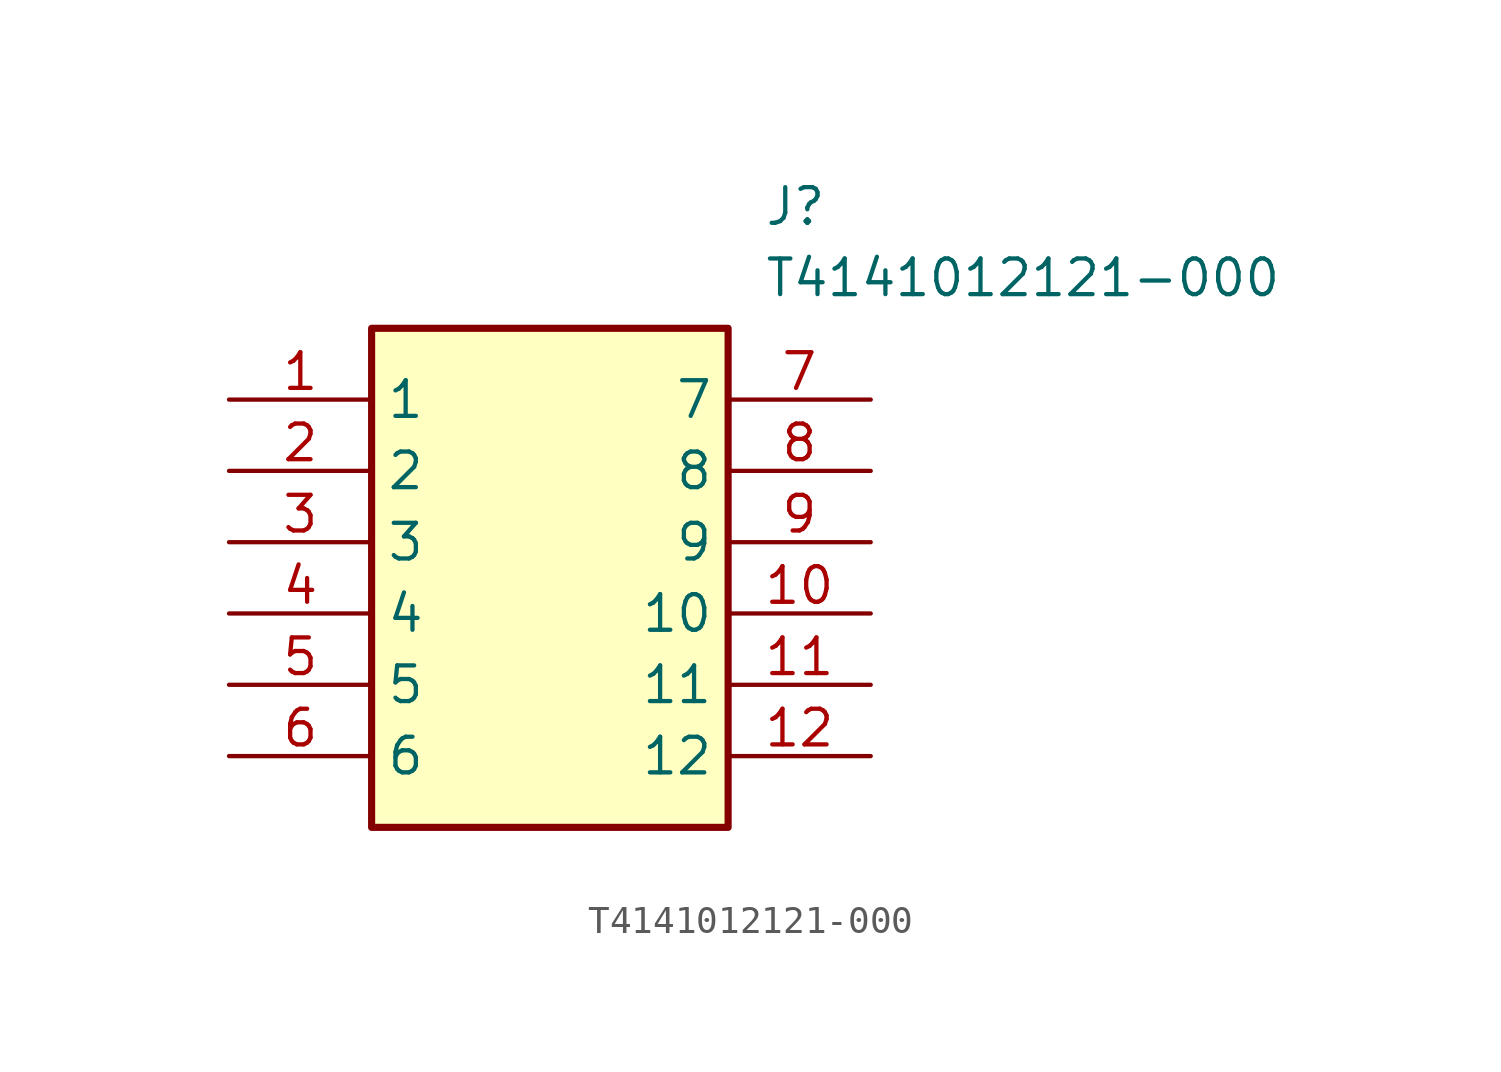
<source format=kicad_sym>
(kicad_symbol_lib
  (version 20211014)
  (generator SamacSys_ECAD_Model)
  (symbol "T4141012121-000"
    (property "Reference" "J"
      (at 19.05 7.62 0)
      (effects (font (size 1.27 1.27)) (justify left top)))
    (property "Value" "T4141012121-000"
      (at 19.05 5.08 0)
      (effects (font (size 1.27 1.27)) (justify left top)))
    (rectangle
      (start 5.08 2.54)
      (end 17.78 -15.24)
      (stroke (width 0.254) (type default))
      (fill (type background)))
    (pin passive line
      (at 0 0 0)
      (length 5.08)
      (name "1" (effects (font (size 1.27 1.27))))
      (number "1" (effects (font (size 1.27 1.27)))))
    (pin passive line
      (at 0 -2.54 0)
      (length 5.08)
      (name "2" (effects (font (size 1.27 1.27))))
      (number "2" (effects (font (size 1.27 1.27)))))
    (pin passive line
      (at 0 -5.08 0)
      (length 5.08)
      (name "3" (effects (font (size 1.27 1.27))))
      (number "3" (effects (font (size 1.27 1.27)))))
    (pin passive line
      (at 0 -7.62 0)
      (length 5.08)
      (name "4" (effects (font (size 1.27 1.27))))
      (number "4" (effects (font (size 1.27 1.27)))))
    (pin passive line
      (at 0 -10.16 0)
      (length 5.08)
      (name "5" (effects (font (size 1.27 1.27))))
      (number "5" (effects (font (size 1.27 1.27)))))
    (pin passive line
      (at 0 -12.7 0)
      (length 5.08)
      (name "6" (effects (font (size 1.27 1.27))))
      (number "6" (effects (font (size 1.27 1.27)))))
    (pin passive line
      (at 22.86 0 180)
      (length 5.08)
      (name "7" (effects (font (size 1.27 1.27))))
      (number "7" (effects (font (size 1.27 1.27)))))
    (pin passive line
      (at 22.86 -2.54 180)
      (length 5.08)
      (name "8" (effects (font (size 1.27 1.27))))
      (number "8" (effects (font (size 1.27 1.27)))))
    (pin passive line
      (at 22.86 -5.08 180)
      (length 5.08)
      (name "9" (effects (font (size 1.27 1.27))))
      (number "9" (effects (font (size 1.27 1.27)))))
    (pin passive line
      (at 22.86 -7.62 180)
      (length 5.08)
      (name "10" (effects (font (size 1.27 1.27))))
      (number "10" (effects (font (size 1.27 1.27)))))
    (pin passive line
      (at 22.86 -10.16 180)
      (length 5.08)
      (name "11" (effects (font (size 1.27 1.27))))
      (number "11" (effects (font (size 1.27 1.27)))))
    (pin passive line
      (at 22.86 -12.7 180)
      (length 5.08)
      (name "12" (effects (font (size 1.27 1.27))))
      (number "12" (effects (font (size 1.27 1.27)))))))
</source>
